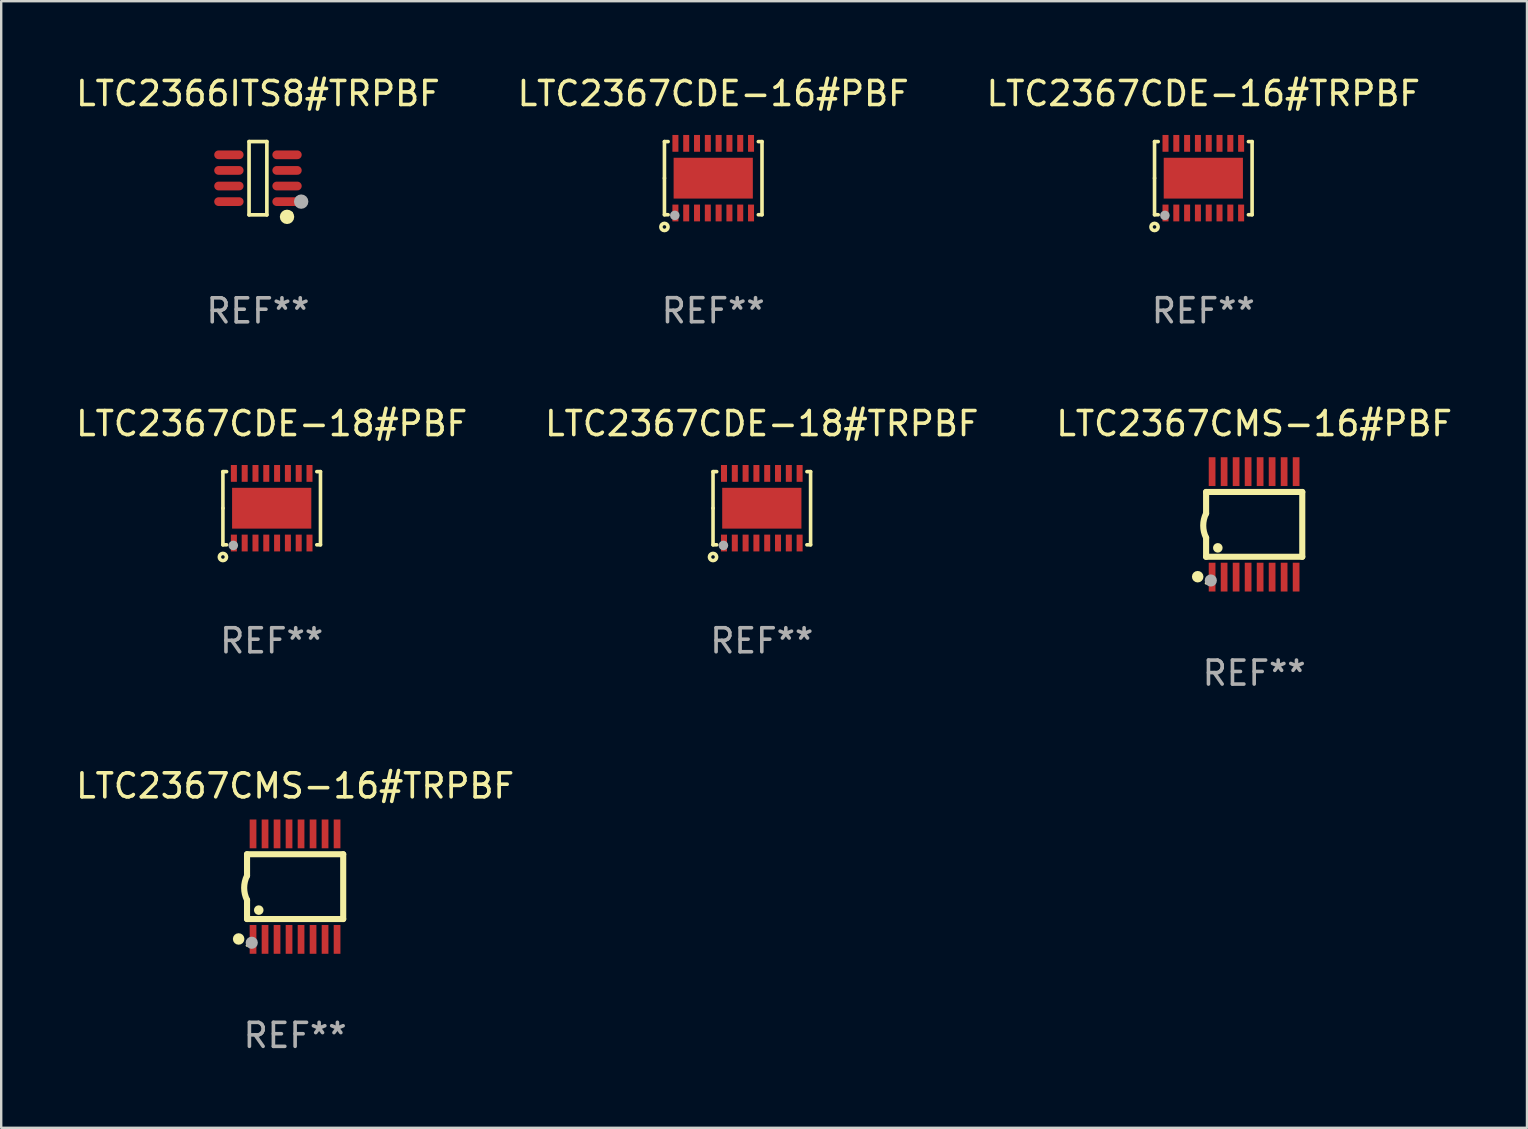
<source format=kicad_pcb>
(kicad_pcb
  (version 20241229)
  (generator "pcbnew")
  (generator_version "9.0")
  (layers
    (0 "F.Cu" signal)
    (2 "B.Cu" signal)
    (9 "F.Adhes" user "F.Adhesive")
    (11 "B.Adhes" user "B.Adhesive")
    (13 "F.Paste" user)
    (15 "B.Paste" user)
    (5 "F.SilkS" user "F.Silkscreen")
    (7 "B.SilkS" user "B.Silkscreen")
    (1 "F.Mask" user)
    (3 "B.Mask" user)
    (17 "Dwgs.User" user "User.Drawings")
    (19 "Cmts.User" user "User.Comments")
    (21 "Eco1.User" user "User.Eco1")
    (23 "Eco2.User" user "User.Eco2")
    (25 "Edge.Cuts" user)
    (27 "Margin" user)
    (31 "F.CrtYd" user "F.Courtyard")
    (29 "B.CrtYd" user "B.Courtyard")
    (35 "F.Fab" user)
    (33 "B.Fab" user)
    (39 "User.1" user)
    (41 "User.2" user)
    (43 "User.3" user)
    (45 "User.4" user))
  (footprint "LTC2367CDE-18#TRPBF"
    (layer "F.Cu")
    (at 28.685 18.121)
    (property "Reference" "LTC2367CDE-18#TRPBF" (at 0 -3.524 0) (layer "F.SilkS") (effects (font (size 1 1) (thickness 0.15))))
    (attr through_hole)
    (fp_line (start -2.032 -1.524) (end -1.879 -1.524) (stroke (width 0.15) (type solid)) (layer "F.SilkS"))
    (fp_line (start -2.032 0) (end -2.032 -1.524) (stroke (width 0.15) (type solid)) (layer "F.SilkS"))
    (fp_line (start -2.032 1.524) (end -2.032 0) (stroke (width 0.15) (type solid)) (layer "F.SilkS"))
    (fp_line (start -1.879 1.524) (end -2.032 1.524) (stroke (width 0.15) (type solid)) (layer "F.SilkS"))
    (fp_line (start 1.879 -1.524) (end 2.032 -1.524) (stroke (width 0.15) (type solid)) (layer "F.SilkS"))
    (fp_line (start 2.032 -1.524) (end 2.032 1.524) (stroke (width 0.15) (type solid)) (layer "F.SilkS"))
    (fp_line (start 2.032 1.524) (end 1.879 1.524) (stroke (width 0.15) (type solid)) (layer "F.SilkS"))
    (fp_circle (center -2.032 2.032) (end -1.882 2.032) (stroke (width 0.15) (type solid)) (fill no) (layer "F.SilkS"))
    (fp_circle (center -2 1.5) (end -1.97 1.5) (stroke (width 0.06) (type solid)) (fill no) (layer "F.SilkS"))
    (fp_circle (center -1.6 1.55) (end -1.5 1.55) (stroke (width 0.2) (type solid)) (fill no) (layer "F.Fab"))
    (fp_text user "REF**" (at 0 5.524 0) (layer "F.Fab") (effects (font (size 1 1) (thickness 0.15))))
    (pad "1" smd rect (at -1.575 1.45 90) (size 0.7 0.25) (layers "F.Cu" "F.Mask" "F.Paste"))
    (pad "2" smd rect (at -1.125 1.45 90) (size 0.7 0.25) (layers "F.Cu" "F.Mask" "F.Paste"))
    (pad "3" smd rect (at -0.675 1.45 90) (size 0.7 0.25) (layers "F.Cu" "F.Mask" "F.Paste"))
    (pad "4" smd rect (at -0.225 1.45 90) (size 0.7 0.25) (layers "F.Cu" "F.Mask" "F.Paste"))
    (pad "5" smd rect (at 0.225 1.45 90) (size 0.7 0.25) (layers "F.Cu" "F.Mask" "F.Paste"))
    (pad "6" smd rect (at 0.675 1.45 90) (size 0.7 0.25) (layers "F.Cu" "F.Mask" "F.Paste"))
    (pad "7" smd rect (at 1.125 1.45 90) (size 0.7 0.25) (layers "F.Cu" "F.Mask" "F.Paste"))
    (pad "8" smd rect (at 1.575 1.45 90) (size 0.7 0.25) (layers "F.Cu" "F.Mask" "F.Paste"))
    (pad "9" smd rect (at 1.575 -1.45 90) (size 0.7 0.25) (layers "F.Cu" "F.Mask" "F.Paste"))
    (pad "10" smd rect (at 1.125 -1.45 90) (size 0.7 0.25) (layers "F.Cu" "F.Mask" "F.Paste"))
    (pad "11" smd rect (at 0.675 -1.45 90) (size 0.7 0.25) (layers "F.Cu" "F.Mask" "F.Paste"))
    (pad "12" smd rect (at 0.225 -1.45 90) (size 0.7 0.25) (layers "F.Cu" "F.Mask" "F.Paste"))
    (pad "13" smd rect (at -0.225 -1.45 90) (size 0.7 0.25) (layers "F.Cu" "F.Mask" "F.Paste"))
    (pad "14" smd rect (at -0.675 -1.45 90) (size 0.7 0.25) (layers "F.Cu" "F.Mask" "F.Paste"))
    (pad "15" smd rect (at -1.125 -1.45 90) (size 0.7 0.25) (layers "F.Cu" "F.Mask" "F.Paste"))
    (pad "16" smd rect (at -1.575 -1.45 90) (size 0.7 0.25) (layers "F.Cu" "F.Mask" "F.Paste"))
    (pad "17" smd rect (at 0.000127 0 90) (size 1.7 3.3) (layers "F.Cu" "F.Mask" "F.Paste")))
  (footprint "LTC2367CDE-16#PBF"
    (layer "F.Cu")
    (at 26.661 4.372)
    (property "Reference" "LTC2367CDE-16#PBF" (at 0 -3.524 0) (layer "F.SilkS") (effects (font (size 1 1) (thickness 0.15))))
    (attr through_hole)
    (fp_line (start -2.032 -1.524) (end -1.879 -1.524) (stroke (width 0.15) (type solid)) (layer "F.SilkS"))
    (fp_line (start -2.032 0) (end -2.032 -1.524) (stroke (width 0.15) (type solid)) (layer "F.SilkS"))
    (fp_line (start -2.032 1.524) (end -2.032 0) (stroke (width 0.15) (type solid)) (layer "F.SilkS"))
    (fp_line (start -1.879 1.524) (end -2.032 1.524) (stroke (width 0.15) (type solid)) (layer "F.SilkS"))
    (fp_line (start 1.879 -1.524) (end 2.032 -1.524) (stroke (width 0.15) (type solid)) (layer "F.SilkS"))
    (fp_line (start 2.032 -1.524) (end 2.032 1.524) (stroke (width 0.15) (type solid)) (layer "F.SilkS"))
    (fp_line (start 2.032 1.524) (end 1.879 1.524) (stroke (width 0.15) (type solid)) (layer "F.SilkS"))
    (fp_circle (center -2.032 2.032) (end -1.882 2.032) (stroke (width 0.15) (type solid)) (fill no) (layer "F.SilkS"))
    (fp_circle (center -2 1.5) (end -1.97 1.5) (stroke (width 0.06) (type solid)) (fill no) (layer "F.SilkS"))
    (fp_circle (center -1.6 1.55) (end -1.5 1.55) (stroke (width 0.2) (type solid)) (fill no) (layer "F.Fab"))
    (fp_text user "REF**" (at 0 5.524 0) (layer "F.Fab") (effects (font (size 1 1) (thickness 0.15))))
    (pad "1" smd rect (at -1.575 1.45 90) (size 0.7 0.25) (layers "F.Cu" "F.Mask" "F.Paste"))
    (pad "2" smd rect (at -1.125 1.45 90) (size 0.7 0.25) (layers "F.Cu" "F.Mask" "F.Paste"))
    (pad "3" smd rect (at -0.675 1.45 90) (size 0.7 0.25) (layers "F.Cu" "F.Mask" "F.Paste"))
    (pad "4" smd rect (at -0.225 1.45 90) (size 0.7 0.25) (layers "F.Cu" "F.Mask" "F.Paste"))
    (pad "5" smd rect (at 0.225 1.45 90) (size 0.7 0.25) (layers "F.Cu" "F.Mask" "F.Paste"))
    (pad "6" smd rect (at 0.675 1.45 90) (size 0.7 0.25) (layers "F.Cu" "F.Mask" "F.Paste"))
    (pad "7" smd rect (at 1.125 1.45 90) (size 0.7 0.25) (layers "F.Cu" "F.Mask" "F.Paste"))
    (pad "8" smd rect (at 1.575 1.45 90) (size 0.7 0.25) (layers "F.Cu" "F.Mask" "F.Paste"))
    (pad "9" smd rect (at 1.575 -1.45 90) (size 0.7 0.25) (layers "F.Cu" "F.Mask" "F.Paste"))
    (pad "10" smd rect (at 1.125 -1.45 90) (size 0.7 0.25) (layers "F.Cu" "F.Mask" "F.Paste"))
    (pad "11" smd rect (at 0.675 -1.45 90) (size 0.7 0.25) (layers "F.Cu" "F.Mask" "F.Paste"))
    (pad "12" smd rect (at 0.225 -1.45 90) (size 0.7 0.25) (layers "F.Cu" "F.Mask" "F.Paste"))
    (pad "13" smd rect (at -0.225 -1.45 90) (size 0.7 0.25) (layers "F.Cu" "F.Mask" "F.Paste"))
    (pad "14" smd rect (at -0.675 -1.45 90) (size 0.7 0.25) (layers "F.Cu" "F.Mask" "F.Paste"))
    (pad "15" smd rect (at -1.125 -1.45 90) (size 0.7 0.25) (layers "F.Cu" "F.Mask" "F.Paste"))
    (pad "16" smd rect (at -1.575 -1.45 90) (size 0.7 0.25) (layers "F.Cu" "F.Mask" "F.Paste"))
    (pad "17" smd rect (at 0.000127 0 90) (size 1.7 3.3) (layers "F.Cu" "F.Mask" "F.Paste")))
  (footprint "LTC2367CMS-16#TRPBF"
    (layer "F.Cu")
    (at 9.244 33.885)
    (property "Reference" "LTC2367CMS-16#TRPBF" (at 0 -4.197 0) (layer "F.SilkS") (effects (font (size 1 1) (thickness 0.15))))
    (attr through_hole)
    (fp_line (start -2.003 -1.35) (end -2.003 -0.457) (stroke (width 0.254) (type solid)) (layer "F.SilkS"))
    (fp_line (start -2.003 -1.35) (end 2.003 -1.35) (stroke (width 0.254) (type solid)) (layer "F.SilkS"))
    (fp_line (start -2.003 1.35) (end -2.003 0.559) (stroke (width 0.254) (type solid)) (layer "F.SilkS"))
    (fp_line (start -2.003 1.35) (end 2.003 1.35) (stroke (width 0.254) (type solid)) (layer "F.SilkS"))
    (fp_line (start 2.003 -1.35) (end 2.003 1.35) (stroke (width 0.254) (type solid)) (layer "F.SilkS"))
    (fp_arc (start -2.002286 0.558802) (mid -2.122556 0.05092) (end -2.003302 -0.457201) (stroke (width 0.254001) (type solid)) (layer "F.SilkS"))
    (fp_circle (center -2.353 2.18) (end -2.233 2.18) (stroke (width 0.24) (type solid)) (fill no) (layer "F.SilkS"))
    (fp_circle (center -2.003 2.45) (end -1.973 2.45) (stroke (width 0.06) (type solid)) (fill no) (layer "F.SilkS"))
    (fp_circle (center -1.515 0.978) (end -1.415 0.978) (stroke (width 0.2) (type solid)) (fill no) (layer "F.SilkS"))
    (fp_circle (center -1.807 2.337) (end -1.68 2.337) (stroke (width 0.254) (type solid)) (fill no) (layer "F.Fab"))
    (fp_text user "REF**" (at 0 6.197 0) (layer "F.Fab") (effects (font (size 1 1) (thickness 0.15))))
    (pad "1" smd rect (at -1.753 2.197 90) (size 1.2 0.28) (layers "F.Cu" "F.Mask" "F.Paste"))
    (pad "2" smd rect (at -1.253 2.197 90) (size 1.2 0.28) (layers "F.Cu" "F.Mask" "F.Paste"))
    (pad "3" smd rect (at -0.753 2.197 90) (size 1.2 0.28) (layers "F.Cu" "F.Mask" "F.Paste"))
    (pad "4" smd rect (at -0.253 2.197 90) (size 1.2 0.28) (layers "F.Cu" "F.Mask" "F.Paste"))
    (pad "5" smd rect (at 0.247 2.197 90) (size 1.2 0.28) (layers "F.Cu" "F.Mask" "F.Paste"))
    (pad "6" smd rect (at 0.747 2.197 90) (size 1.2 0.28) (layers "F.Cu" "F.Mask" "F.Paste"))
    (pad "7" smd rect (at 1.247 2.197 90) (size 1.2 0.28) (layers "F.Cu" "F.Mask" "F.Paste"))
    (pad "8" smd rect (at 1.747 2.197 90) (size 1.2 0.28) (layers "F.Cu" "F.Mask" "F.Paste"))
    (pad "9" smd rect (at 1.747 -2.197 90) (size 1.2 0.28) (layers "F.Cu" "F.Mask" "F.Paste"))
    (pad "10" smd rect (at 1.247 -2.197 90) (size 1.2 0.28) (layers "F.Cu" "F.Mask" "F.Paste"))
    (pad "11" smd rect (at 0.747 -2.197 90) (size 1.2 0.28) (layers "F.Cu" "F.Mask" "F.Paste"))
    (pad "12" smd rect (at 0.247 -2.197 90) (size 1.2 0.28) (layers "F.Cu" "F.Mask" "F.Paste"))
    (pad "13" smd rect (at -0.253 -2.197 90) (size 1.2 0.28) (layers "F.Cu" "F.Mask" "F.Paste"))
    (pad "14" smd rect (at -0.753 -2.197 90) (size 1.2 0.28) (layers "F.Cu" "F.Mask" "F.Paste"))
    (pad "15" smd rect (at -1.253 -2.197 90) (size 1.2 0.28) (layers "F.Cu" "F.Mask" "F.Paste"))
    (pad "16" smd rect (at -1.753 -2.197 90) (size 1.2 0.28) (layers "F.Cu" "F.Mask" "F.Paste")))
  (footprint "LTC2367CDE-18#PBF"
    (layer "F.Cu")
    (at 8.268 18.121)
    (property "Reference" "LTC2367CDE-18#PBF" (at 0 -3.524 0) (layer "F.SilkS") (effects (font (size 1 1) (thickness 0.15))))
    (attr through_hole)
    (fp_line (start -2.032 -1.524) (end -1.879 -1.524) (stroke (width 0.15) (type solid)) (layer "F.SilkS"))
    (fp_line (start -2.032 0) (end -2.032 -1.524) (stroke (width 0.15) (type solid)) (layer "F.SilkS"))
    (fp_line (start -2.032 1.524) (end -2.032 0) (stroke (width 0.15) (type solid)) (layer "F.SilkS"))
    (fp_line (start -1.879 1.524) (end -2.032 1.524) (stroke (width 0.15) (type solid)) (layer "F.SilkS"))
    (fp_line (start 1.879 -1.524) (end 2.032 -1.524) (stroke (width 0.15) (type solid)) (layer "F.SilkS"))
    (fp_line (start 2.032 -1.524) (end 2.032 1.524) (stroke (width 0.15) (type solid)) (layer "F.SilkS"))
    (fp_line (start 2.032 1.524) (end 1.879 1.524) (stroke (width 0.15) (type solid)) (layer "F.SilkS"))
    (fp_circle (center -2.032 2.032) (end -1.882 2.032) (stroke (width 0.15) (type solid)) (fill no) (layer "F.SilkS"))
    (fp_circle (center -2 1.5) (end -1.97 1.5) (stroke (width 0.06) (type solid)) (fill no) (layer "F.SilkS"))
    (fp_circle (center -1.6 1.55) (end -1.5 1.55) (stroke (width 0.2) (type solid)) (fill no) (layer "F.Fab"))
    (fp_text user "REF**" (at 0 5.524 0) (layer "F.Fab") (effects (font (size 1 1) (thickness 0.15))))
    (pad "1" smd rect (at -1.575 1.45 90) (size 0.7 0.25) (layers "F.Cu" "F.Mask" "F.Paste"))
    (pad "2" smd rect (at -1.125 1.45 90) (size 0.7 0.25) (layers "F.Cu" "F.Mask" "F.Paste"))
    (pad "3" smd rect (at -0.675 1.45 90) (size 0.7 0.25) (layers "F.Cu" "F.Mask" "F.Paste"))
    (pad "4" smd rect (at -0.225 1.45 90) (size 0.7 0.25) (layers "F.Cu" "F.Mask" "F.Paste"))
    (pad "5" smd rect (at 0.225 1.45 90) (size 0.7 0.25) (layers "F.Cu" "F.Mask" "F.Paste"))
    (pad "6" smd rect (at 0.675 1.45 90) (size 0.7 0.25) (layers "F.Cu" "F.Mask" "F.Paste"))
    (pad "7" smd rect (at 1.125 1.45 90) (size 0.7 0.25) (layers "F.Cu" "F.Mask" "F.Paste"))
    (pad "8" smd rect (at 1.575 1.45 90) (size 0.7 0.25) (layers "F.Cu" "F.Mask" "F.Paste"))
    (pad "9" smd rect (at 1.575 -1.45 90) (size 0.7 0.25) (layers "F.Cu" "F.Mask" "F.Paste"))
    (pad "10" smd rect (at 1.125 -1.45 90) (size 0.7 0.25) (layers "F.Cu" "F.Mask" "F.Paste"))
    (pad "11" smd rect (at 0.675 -1.45 90) (size 0.7 0.25) (layers "F.Cu" "F.Mask" "F.Paste"))
    (pad "12" smd rect (at 0.225 -1.45 90) (size 0.7 0.25) (layers "F.Cu" "F.Mask" "F.Paste"))
    (pad "13" smd rect (at -0.225 -1.45 90) (size 0.7 0.25) (layers "F.Cu" "F.Mask" "F.Paste"))
    (pad "14" smd rect (at -0.675 -1.45 90) (size 0.7 0.25) (layers "F.Cu" "F.Mask" "F.Paste"))
    (pad "15" smd rect (at -1.125 -1.45 90) (size 0.7 0.25) (layers "F.Cu" "F.Mask" "F.Paste"))
    (pad "16" smd rect (at -1.575 -1.45 90) (size 0.7 0.25) (layers "F.Cu" "F.Mask" "F.Paste"))
    (pad "17" smd rect (at 0.000127 0 90) (size 1.7 3.3) (layers "F.Cu" "F.Mask" "F.Paste")))
  (footprint "LTC2367CMS-16#PBF"
    (layer "F.Cu")
    (at 49.196 18.794)
    (property "Reference" "LTC2367CMS-16#PBF" (at 0 -4.197 0) (layer "F.SilkS") (effects (font (size 1 1) (thickness 0.15))))
    (attr through_hole)
    (fp_line (start -2.003 -1.35) (end -2.003 -0.457) (stroke (width 0.254) (type solid)) (layer "F.SilkS"))
    (fp_line (start -2.003 -1.35) (end 2.003 -1.35) (stroke (width 0.254) (type solid)) (layer "F.SilkS"))
    (fp_line (start -2.003 1.35) (end -2.003 0.559) (stroke (width 0.254) (type solid)) (layer "F.SilkS"))
    (fp_line (start -2.003 1.35) (end 2.003 1.35) (stroke (width 0.254) (type solid)) (layer "F.SilkS"))
    (fp_line (start 2.003 -1.35) (end 2.003 1.35) (stroke (width 0.254) (type solid)) (layer "F.SilkS"))
    (fp_arc (start -2.002286 0.558802) (mid -2.122556 0.05092) (end -2.003302 -0.457201) (stroke (width 0.254001) (type solid)) (layer "F.SilkS"))
    (fp_circle (center -2.353 2.18) (end -2.233 2.18) (stroke (width 0.24) (type solid)) (fill no) (layer "F.SilkS"))
    (fp_circle (center -2.003 2.45) (end -1.973 2.45) (stroke (width 0.06) (type solid)) (fill no) (layer "F.SilkS"))
    (fp_circle (center -1.515 0.978) (end -1.415 0.978) (stroke (width 0.2) (type solid)) (fill no) (layer "F.SilkS"))
    (fp_circle (center -1.807 2.337) (end -1.68 2.337) (stroke (width 0.254) (type solid)) (fill no) (layer "F.Fab"))
    (fp_text user "REF**" (at 0 6.197 0) (layer "F.Fab") (effects (font (size 1 1) (thickness 0.15))))
    (pad "1" smd rect (at -1.753 2.197 90) (size 1.2 0.28) (layers "F.Cu" "F.Mask" "F.Paste"))
    (pad "2" smd rect (at -1.253 2.197 90) (size 1.2 0.28) (layers "F.Cu" "F.Mask" "F.Paste"))
    (pad "3" smd rect (at -0.753 2.197 90) (size 1.2 0.28) (layers "F.Cu" "F.Mask" "F.Paste"))
    (pad "4" smd rect (at -0.253 2.197 90) (size 1.2 0.28) (layers "F.Cu" "F.Mask" "F.Paste"))
    (pad "5" smd rect (at 0.247 2.197 90) (size 1.2 0.28) (layers "F.Cu" "F.Mask" "F.Paste"))
    (pad "6" smd rect (at 0.747 2.197 90) (size 1.2 0.28) (layers "F.Cu" "F.Mask" "F.Paste"))
    (pad "7" smd rect (at 1.247 2.197 90) (size 1.2 0.28) (layers "F.Cu" "F.Mask" "F.Paste"))
    (pad "8" smd rect (at 1.747 2.197 90) (size 1.2 0.28) (layers "F.Cu" "F.Mask" "F.Paste"))
    (pad "9" smd rect (at 1.747 -2.197 90) (size 1.2 0.28) (layers "F.Cu" "F.Mask" "F.Paste"))
    (pad "10" smd rect (at 1.247 -2.197 90) (size 1.2 0.28) (layers "F.Cu" "F.Mask" "F.Paste"))
    (pad "11" smd rect (at 0.747 -2.197 90) (size 1.2 0.28) (layers "F.Cu" "F.Mask" "F.Paste"))
    (pad "12" smd rect (at 0.247 -2.197 90) (size 1.2 0.28) (layers "F.Cu" "F.Mask" "F.Paste"))
    (pad "13" smd rect (at -0.253 -2.197 90) (size 1.2 0.28) (layers "F.Cu" "F.Mask" "F.Paste"))
    (pad "14" smd rect (at -0.753 -2.197 90) (size 1.2 0.28) (layers "F.Cu" "F.Mask" "F.Paste"))
    (pad "15" smd rect (at -1.253 -2.197 90) (size 1.2 0.28) (layers "F.Cu" "F.Mask" "F.Paste"))
    (pad "16" smd rect (at -1.753 -2.197 90) (size 1.2 0.28) (layers "F.Cu" "F.Mask" "F.Paste")))
  (footprint "LTC2367CDE-16#TRPBF"
    (layer "F.Cu")
    (at 47.077 4.372)
    (property "Reference" "LTC2367CDE-16#TRPBF" (at 0 -3.524 0) (layer "F.SilkS") (effects (font (size 1 1) (thickness 0.15))))
    (attr through_hole)
    (fp_line (start -2.032 -1.524) (end -1.879 -1.524) (stroke (width 0.15) (type solid)) (layer "F.SilkS"))
    (fp_line (start -2.032 0) (end -2.032 -1.524) (stroke (width 0.15) (type solid)) (layer "F.SilkS"))
    (fp_line (start -2.032 1.524) (end -2.032 0) (stroke (width 0.15) (type solid)) (layer "F.SilkS"))
    (fp_line (start -1.879 1.524) (end -2.032 1.524) (stroke (width 0.15) (type solid)) (layer "F.SilkS"))
    (fp_line (start 1.879 -1.524) (end 2.032 -1.524) (stroke (width 0.15) (type solid)) (layer "F.SilkS"))
    (fp_line (start 2.032 -1.524) (end 2.032 1.524) (stroke (width 0.15) (type solid)) (layer "F.SilkS"))
    (fp_line (start 2.032 1.524) (end 1.879 1.524) (stroke (width 0.15) (type solid)) (layer "F.SilkS"))
    (fp_circle (center -2.032 2.032) (end -1.882 2.032) (stroke (width 0.15) (type solid)) (fill no) (layer "F.SilkS"))
    (fp_circle (center -2 1.5) (end -1.97 1.5) (stroke (width 0.06) (type solid)) (fill no) (layer "F.SilkS"))
    (fp_circle (center -1.6 1.55) (end -1.5 1.55) (stroke (width 0.2) (type solid)) (fill no) (layer "F.Fab"))
    (fp_text user "REF**" (at 0 5.524 0) (layer "F.Fab") (effects (font (size 1 1) (thickness 0.15))))
    (pad "1" smd rect (at -1.575 1.45 90) (size 0.7 0.25) (layers "F.Cu" "F.Mask" "F.Paste"))
    (pad "2" smd rect (at -1.125 1.45 90) (size 0.7 0.25) (layers "F.Cu" "F.Mask" "F.Paste"))
    (pad "3" smd rect (at -0.675 1.45 90) (size 0.7 0.25) (layers "F.Cu" "F.Mask" "F.Paste"))
    (pad "4" smd rect (at -0.225 1.45 90) (size 0.7 0.25) (layers "F.Cu" "F.Mask" "F.Paste"))
    (pad "5" smd rect (at 0.225 1.45 90) (size 0.7 0.25) (layers "F.Cu" "F.Mask" "F.Paste"))
    (pad "6" smd rect (at 0.675 1.45 90) (size 0.7 0.25) (layers "F.Cu" "F.Mask" "F.Paste"))
    (pad "7" smd rect (at 1.125 1.45 90) (size 0.7 0.25) (layers "F.Cu" "F.Mask" "F.Paste"))
    (pad "8" smd rect (at 1.575 1.45 90) (size 0.7 0.25) (layers "F.Cu" "F.Mask" "F.Paste"))
    (pad "9" smd rect (at 1.575 -1.45 90) (size 0.7 0.25) (layers "F.Cu" "F.Mask" "F.Paste"))
    (pad "10" smd rect (at 1.125 -1.45 90) (size 0.7 0.25) (layers "F.Cu" "F.Mask" "F.Paste"))
    (pad "11" smd rect (at 0.675 -1.45 90) (size 0.7 0.25) (layers "F.Cu" "F.Mask" "F.Paste"))
    (pad "12" smd rect (at 0.225 -1.45 90) (size 0.7 0.25) (layers "F.Cu" "F.Mask" "F.Paste"))
    (pad "13" smd rect (at -0.225 -1.45 90) (size 0.7 0.25) (layers "F.Cu" "F.Mask" "F.Paste"))
    (pad "14" smd rect (at -0.675 -1.45 90) (size 0.7 0.25) (layers "F.Cu" "F.Mask" "F.Paste"))
    (pad "15" smd rect (at -1.125 -1.45 90) (size 0.7 0.25) (layers "F.Cu" "F.Mask" "F.Paste"))
    (pad "16" smd rect (at -1.575 -1.45 90) (size 0.7 0.25) (layers "F.Cu" "F.Mask" "F.Paste"))
    (pad "17" smd rect (at 0.000127 0 90) (size 1.7 3.3) (layers "F.Cu" "F.Mask" "F.Paste")))
  (footprint "LTC2366ITS8#TRPBF"
    (layer "F.Cu")
    (at 7.696 4.374)
    (property "Reference" "LTC2366ITS8#TRPBF" (at 0 -3.526 0) (layer "F.SilkS") (effects (font (size 1 1) (thickness 0.15))))
    (attr through_hole)
    (fp_line (start -0.371 -1.526) (end 0.371 -1.526) (stroke (width 0.152) (type solid)) (layer "F.SilkS"))
    (fp_line (start -0.371 1.526) (end -0.371 -1.526) (stroke (width 0.152) (type solid)) (layer "F.SilkS"))
    (fp_line (start 0.371 -1.526) (end 0.371 1.526) (stroke (width 0.152) (type solid)) (layer "F.SilkS"))
    (fp_line (start 0.371 1.526) (end -0.371 1.526) (stroke (width 0.152) (type solid)) (layer "F.SilkS"))
    (fp_circle (center 1.211 1.609) (end 1.361 1.609) (stroke (width 0.3) (type solid)) (fill no) (layer "F.SilkS"))
    (fp_circle (center 1.4 1.45) (end 1.43 1.45) (stroke (width 0.06) (type solid)) (fill no) (layer "F.SilkS"))
    (fp_circle (center 1.8 0.975) (end 1.95 0.975) (stroke (width 0.3) (type solid)) (fill no) (layer "F.Fab"))
    (fp_text user "REF**" (at 0 5.526 0) (layer "F.Fab") (effects (font (size 1 1) (thickness 0.15))))
    (pad "1" smd oval (at 1.211 0.975) (size 1.222 0.364) (layers "F.Cu" "F.Mask" "F.Paste"))
    (pad "2" smd oval (at 1.211 0.325) (size 1.222 0.364) (layers "F.Cu" "F.Mask" "F.Paste"))
    (pad "3" smd oval (at 1.211 -0.325) (size 1.222 0.364) (layers "F.Cu" "F.Mask" "F.Paste"))
    (pad "4" smd oval (at 1.211 -0.975) (size 1.222 0.364) (layers "F.Cu" "F.Mask" "F.Paste"))
    (pad "5" smd oval (at -1.211 -0.975) (size 1.222 0.364) (layers "F.Cu" "F.Mask" "F.Paste"))
    (pad "6" smd oval (at -1.211 -0.325) (size 1.222 0.364) (layers "F.Cu" "F.Mask" "F.Paste"))
    (pad "7" smd oval (at -1.211 0.325) (size 1.222 0.364) (layers "F.Cu" "F.Mask" "F.Paste"))
    (pad "8" smd oval (at -1.211 0.975) (size 1.222 0.364) (layers "F.Cu" "F.Mask" "F.Paste")))
  (gr_rect
    (start -3 -3)
    (end 60.56 43.93)
    (stroke (width 0.1) (type default))
    (fill no)
    (layer "Edge.Cuts")))
</source>
